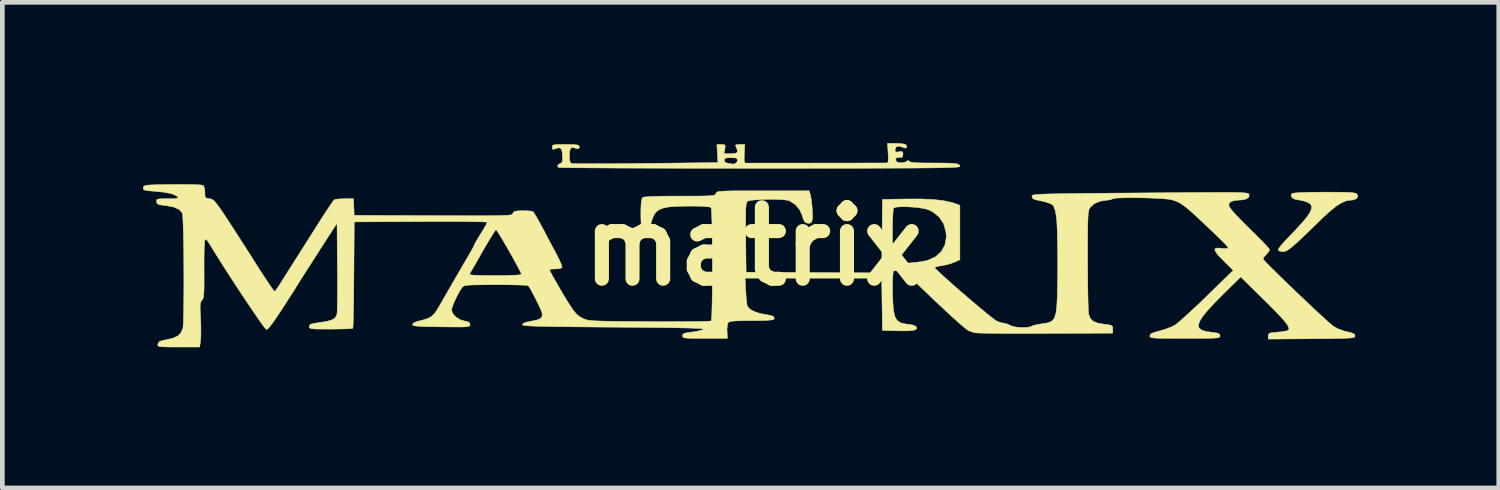
<source format=kicad_pcb>
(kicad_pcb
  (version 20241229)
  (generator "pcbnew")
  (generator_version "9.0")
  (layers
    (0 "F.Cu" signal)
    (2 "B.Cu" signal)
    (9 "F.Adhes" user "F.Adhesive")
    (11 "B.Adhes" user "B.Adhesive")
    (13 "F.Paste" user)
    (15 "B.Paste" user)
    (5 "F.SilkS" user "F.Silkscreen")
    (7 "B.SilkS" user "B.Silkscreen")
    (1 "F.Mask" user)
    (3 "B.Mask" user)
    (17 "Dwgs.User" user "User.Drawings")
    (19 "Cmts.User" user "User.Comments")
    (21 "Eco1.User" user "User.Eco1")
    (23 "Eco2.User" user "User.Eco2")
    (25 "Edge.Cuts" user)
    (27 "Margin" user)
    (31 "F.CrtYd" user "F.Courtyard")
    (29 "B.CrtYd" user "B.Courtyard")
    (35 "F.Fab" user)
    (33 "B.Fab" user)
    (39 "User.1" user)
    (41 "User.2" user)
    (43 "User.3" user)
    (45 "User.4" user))
  (footprint "matrix"
    (layer "F.Cu")
    (at 13.011 2.203)
    (property "Reference" "matrix" (at 0 0 0) (layer "F.SilkS") (effects (font (size 1.524 1.524) (thickness 0.3))))
    (attr through_hole)
    (fp_poly (pts (xy 12.396 -1.156) (xy 12.56 -1.155) (xy 12.682 -1.151) (xy 12.767 -1.145) (xy 12.822 -1.137) (xy 12.855 -1.126) (xy 12.869 -1.115) (xy 12.887 -1.063) (xy 12.857 -1.018) (xy 12.79 -0.991) (xy 12.746 -0.987) (xy 12.653 -0.975) (xy 12.553 -0.937) (xy 12.44 -0.868) (xy 12.309 -0.765) (xy 12.152 -0.624) (xy 12.045 -0.52) (xy 11.862 -0.341) (xy 11.713 -0.198) (xy 11.595 -0.088) (xy 11.503 -0.006) (xy 11.431 0.051) (xy 11.376 0.087) (xy 11.332 0.106) (xy 11.295 0.113) (xy 11.29 0.113) (xy 11.225 0.103) (xy 11.188 0.082) (xy 11.199 0.05) (xy 11.244 -0.013) (xy 11.317 -0.097) (xy 11.394 -0.179) (xy 11.562 -0.354) (xy 11.692 -0.496) (xy 11.788 -0.609) (xy 11.852 -0.7) (xy 11.889 -0.772) (xy 11.902 -0.83) (xy 11.895 -0.876) (xy 11.854 -0.921) (xy 11.768 -0.96) (xy 11.65 -0.987) (xy 11.588 -0.995) (xy 11.518 -1.015) (xy 11.473 -1.055) (xy 11.463 -1.099) (xy 11.486 -1.129) (xy 11.526 -1.137) (xy 11.615 -1.144) (xy 11.743 -1.15) (xy 11.904 -1.154) (xy 12.089 -1.156) (xy 12.181 -1.157) (xy 12.396 -1.156)) (stroke (width 0.01) (type solid)) (fill yes) (layer "F.SilkS"))
    (fp_poly (pts (xy 3.055 -2.195) (xy 3.175 -2.188) (xy 3.244 -2.172) (xy 3.266 -2.153) (xy 3.269 -2.106) (xy 3.233 -2.095) (xy 3.177 -2.116) (xy 3.099 -2.139) (xy 3.043 -2.12) (xy 3.02 -2.063) (xy 3.02 -2.059) (xy 3.027 -2.019) (xy 3.061 -2.01) (xy 3.104 -2.018) (xy 3.163 -2.026) (xy 3.186 -2.006) (xy 3.189 -1.963) (xy 3.181 -1.91) (xy 3.145 -1.895) (xy 3.111 -1.897) (xy 3.054 -1.894) (xy 3.035 -1.863) (xy 3.034 -1.849) (xy 3.048 -1.807) (xy 3.101 -1.787) (xy 3.127 -1.783) (xy 3.206 -1.788) (xy 3.265 -1.811) (xy 3.266 -1.811) (xy 3.305 -1.834) (xy 3.323 -1.813) (xy 3.343 -1.8) (xy 3.396 -1.79) (xy 3.488 -1.783) (xy 3.625 -1.779) (xy 3.812 -1.778) (xy 3.824 -1.778) (xy 4.02 -1.777) (xy 4.167 -1.775) (xy 4.271 -1.769) (xy 4.34 -1.76) (xy 4.38 -1.746) (xy 4.399 -1.726) (xy 4.403 -1.704) (xy 4.396 -1.699) (xy 4.375 -1.694) (xy 4.337 -1.69) (xy 4.28 -1.686) (xy 4.2 -1.682) (xy 4.096 -1.679) (xy 3.965 -1.676) (xy 3.805 -1.674) (xy 3.612 -1.672) (xy 3.385 -1.67) (xy 3.121 -1.669) (xy 2.818 -1.668) (xy 2.473 -1.667) (xy 2.083 -1.666) (xy 1.647 -1.666) (xy 1.161 -1.665) (xy 0.623 -1.665) (xy 0.132 -1.665) (xy -0.355 -1.665) (xy -0.826 -1.666) (xy -1.279 -1.666) (xy -1.71 -1.667) (xy -2.116 -1.668) (xy -2.495 -1.669) (xy -2.843 -1.67) (xy -3.157 -1.672) (xy -3.434 -1.674) (xy -3.671 -1.675) (xy -3.864 -1.677) (xy -4.012 -1.679) (xy -4.11 -1.681) (xy -4.155 -1.683) (xy -4.158 -1.684) (xy -4.175 -1.725) (xy -4.137 -1.758) (xy -4.119 -1.764) (xy -4.086 -1.782) (xy -4.07 -1.817) (xy -4.067 -1.885) (xy -4.07 -1.943) (xy -4.081 -2.043) (xy -4.108 -2.094) (xy -4.159 -2.102) (xy -4.24 -2.075) (xy -4.279 -2.071) (xy -4.29 -2.112) (xy -4.29 -2.114) (xy -4.286 -2.141) (xy -4.27 -2.158) (xy -4.229 -2.168) (xy -4.154 -2.172) (xy -4.034 -2.173) (xy -4.012 -2.173) (xy -3.873 -2.172) (xy -3.782 -2.167) (xy -3.731 -2.156) (xy -3.71 -2.137) (xy -3.713 -2.108) (xy -3.716 -2.1) (xy -3.741 -2.076) (xy -3.787 -2.091) (xy -3.854 -2.113) (xy -3.897 -2.09) (xy -3.919 -2.019) (xy -3.923 -1.937) (xy -3.917 -1.836) (xy -3.899 -1.782) (xy -3.881 -1.768) (xy -3.845 -1.765) (xy -3.759 -1.763) (xy -3.626 -1.762) (xy -3.453 -1.762) (xy -3.245 -1.762) (xy -3.007 -1.763) (xy -2.744 -1.765) (xy -2.462 -1.768) (xy -2.297 -1.769) (xy -0.756 -1.787) (xy -0.759 -1.836) (xy -0.621 -1.836) (xy -0.604 -1.794) (xy -0.546 -1.773) (xy -0.529 -1.77) (xy -0.465 -1.761) (xy -0.433 -1.755) (xy -0.433 -1.754) (xy -0.407 -1.759) (xy -0.383 -1.767) (xy -0.346 -1.806) (xy -0.339 -1.837) (xy -0.347 -1.87) (xy -0.381 -1.886) (xy -0.455 -1.891) (xy -0.48 -1.891) (xy -0.565 -1.888) (xy -0.607 -1.875) (xy -0.62 -1.847) (xy -0.621 -1.836) (xy -0.759 -1.836) (xy -0.767 -1.98) (xy -0.778 -2.173) (xy -0.684 -2.173) (xy -0.622 -2.17) (xy -0.6 -2.148) (xy -0.605 -2.092) (xy -0.609 -2.074) (xy -0.627 -1.976) (xy -0.483 -1.976) (xy -0.387 -1.983) (xy -0.342 -2.008) (xy -0.341 -2.059) (xy -0.368 -2.119) (xy -0.381 -2.154) (xy -0.362 -2.169) (xy -0.299 -2.173) (xy -0.289 -2.173) (xy -0.182 -2.173) (xy -0.193 -1.976) (xy -0.196 -1.867) (xy -0.191 -1.805) (xy -0.175 -1.779) (xy -0.165 -1.776) (xy -0.131 -1.776) (xy -0.045 -1.776) (xy 0.087 -1.776) (xy 0.259 -1.776) (xy 0.465 -1.776) (xy 0.701 -1.776) (xy 0.961 -1.776) (xy 1.239 -1.776) (xy 1.341 -1.777) (xy 1.624 -1.777) (xy 1.891 -1.777) (xy 2.136 -1.777) (xy 2.353 -1.778) (xy 2.538 -1.778) (xy 2.684 -1.778) (xy 2.787 -1.778) (xy 2.841 -1.778) (xy 2.847 -1.778) (xy 2.867 -1.79) (xy 2.876 -1.831) (xy 2.877 -1.912) (xy 2.873 -1.988) (xy 2.859 -2.198) (xy 3.055 -2.195)) (stroke (width 0.01) (type solid)) (fill yes) (layer "F.SilkS"))
    (fp_poly (pts (xy -11.967 -1.319) (xy -11.833 -1.314) (xy -11.752 -1.306) (xy -11.726 -1.298) (xy -11.705 -1.253) (xy -11.693 -1.177) (xy -11.693 -1.15) (xy -11.691 -1.074) (xy -11.674 -1.037) (xy -11.627 -1.021) (xy -11.592 -1.016) (xy -11.569 -1.012) (xy -11.546 -1.006) (xy -11.523 -0.992) (xy -11.495 -0.969) (xy -11.461 -0.932) (xy -11.419 -0.877) (xy -11.365 -0.802) (xy -11.296 -0.702) (xy -11.212 -0.574) (xy -11.108 -0.415) (xy -10.983 -0.22) (xy -10.833 0.013) (xy -10.657 0.289) (xy -10.568 0.43) (xy -10.469 0.583) (xy -10.38 0.719) (xy -10.305 0.83) (xy -10.249 0.911) (xy -10.216 0.954) (xy -10.209 0.959) (xy -10.185 0.937) (xy -10.142 0.879) (xy -10.087 0.796) (xy -10.082 0.789) (xy -10.013 0.677) (xy -9.93 0.546) (xy -9.851 0.422) (xy -9.847 0.415) (xy -9.794 0.332) (xy -9.717 0.212) (xy -9.623 0.063) (xy -9.517 -0.105) (xy -9.405 -0.281) (xy -9.342 -0.381) (xy -9.238 -0.545) (xy -9.142 -0.694) (xy -9.059 -0.819) (xy -8.994 -0.916) (xy -8.951 -0.977) (xy -8.936 -0.994) (xy -8.893 -1.005) (xy -8.812 -1.013) (xy -8.715 -1.016) (xy -8.526 -1.016) (xy -8.509 -0.663) (xy -6.823 -0.656) (xy -6.466 -0.655) (xy -6.162 -0.654) (xy -5.907 -0.654) (xy -5.696 -0.654) (xy -5.526 -0.656) (xy -5.392 -0.658) (xy -5.291 -0.662) (xy -5.219 -0.666) (xy -5.172 -0.672) (xy -5.146 -0.679) (xy -5.137 -0.687) (xy -5.136 -0.688) (xy -5.114 -0.731) (xy -5.092 -0.745) (xy -5.034 -0.756) (xy -4.946 -0.761) (xy -4.849 -0.76) (xy -4.761 -0.755) (xy -4.704 -0.744) (xy -4.697 -0.74) (xy -4.673 -0.709) (xy -4.63 -0.637) (xy -4.572 -0.535) (xy -4.505 -0.412) (xy -4.488 -0.381) (xy -4.408 -0.229) (xy -4.323 -0.068) (xy -4.244 0.08) (xy -4.185 0.191) (xy -4.133 0.295) (xy -4.096 0.382) (xy -4.078 0.438) (xy -4.078 0.452) (xy -4.115 0.469) (xy -4.186 0.479) (xy -4.221 0.48) (xy -4.296 0.483) (xy -4.341 0.492) (xy -4.346 0.498) (xy -4.332 0.531) (xy -4.295 0.603) (xy -4.239 0.703) (xy -4.171 0.822) (xy -4.096 0.951) (xy -4.02 1.08) (xy -3.947 1.198) (xy -3.916 1.247) (xy -3.838 1.363) (xy -3.773 1.441) (xy -3.706 1.496) (xy -3.646 1.529) (xy -3.614 1.545) (xy -3.582 1.557) (xy -3.545 1.568) (xy -3.498 1.576) (xy -3.434 1.583) (xy -3.35 1.588) (xy -3.239 1.592) (xy -3.097 1.595) (xy -2.917 1.598) (xy -2.695 1.6) (xy -2.426 1.602) (xy -2.219 1.603) (xy -1.953 1.605) (xy -1.705 1.605) (xy -1.48 1.604) (xy -1.284 1.603) (xy -1.122 1.6) (xy -1 1.597) (xy -0.924 1.593) (xy -0.9 1.588) (xy -0.893 1.554) (xy -0.887 1.471) (xy -0.883 1.345) (xy -0.879 1.185) (xy -0.876 0.997) (xy -0.874 0.789) (xy -0.873 0.568) (xy -0.873 0.34) (xy -0.874 0.114) (xy -0.876 -0.104) (xy -0.879 -0.306) (xy -0.882 -0.485) (xy -0.887 -0.634) (xy -0.892 -0.746) (xy -0.899 -0.813) (xy -0.903 -0.83) (xy -0.946 -0.843) (xy -1.043 -0.852) (xy -1.193 -0.858) (xy -1.391 -0.859) (xy -1.614 -0.855) (xy -1.787 -0.843) (xy -1.918 -0.819) (xy -2.015 -0.78) (xy -2.085 -0.722) (xy -2.134 -0.642) (xy -2.171 -0.536) (xy -2.187 -0.471) (xy -2.21 -0.383) (xy -2.236 -0.337) (xy -2.275 -0.319) (xy -2.291 -0.316) (xy -2.333 -0.317) (xy -2.362 -0.337) (xy -2.381 -0.384) (xy -2.392 -0.465) (xy -2.397 -0.589) (xy -2.399 -0.721) (xy -2.395 -0.875) (xy -2.385 -0.982) (xy -2.367 -1.036) (xy -2.365 -1.039) (xy -2.336 -1.05) (xy -2.271 -1.058) (xy -2.166 -1.065) (xy -2.017 -1.069) (xy -1.819 -1.072) (xy -1.572 -1.072) (xy -1.346 -1.073) (xy -1.169 -1.073) (xy -1.036 -1.075) (xy -0.941 -1.079) (xy -0.876 -1.084) (xy -0.835 -1.092) (xy -0.813 -1.103) (xy -0.802 -1.117) (xy -0.798 -1.129) (xy -0.793 -1.144) (xy -0.781 -1.156) (xy -0.758 -1.165) (xy -0.717 -1.173) (xy -0.653 -1.178) (xy -0.56 -1.181) (xy -0.434 -1.184) (xy -0.268 -1.185) (xy -0.056 -1.185) (xy 0.202 -1.185) (xy 1.187 -1.185) (xy 1.211 -1.122) (xy 1.224 -1.066) (xy 1.238 -0.97) (xy 1.251 -0.853) (xy 1.255 -0.803) (xy 1.262 -0.659) (xy 1.256 -0.563) (xy 1.233 -0.509) (xy 1.192 -0.491) (xy 1.137 -0.498) (xy 1.092 -0.527) (xy 1.059 -0.595) (xy 1.044 -0.651) (xy 0.987 -0.783) (xy 0.893 -0.894) (xy 0.776 -0.968) (xy 0.74 -0.98) (xy 0.666 -0.993) (xy 0.556 -1) (xy 0.424 -1.004) (xy 0.283 -1.003) (xy 0.145 -0.998) (xy 0.023 -0.99) (xy -0.07 -0.979) (xy -0.121 -0.964) (xy -0.123 -0.963) (xy -0.137 -0.946) (xy -0.148 -0.918) (xy -0.156 -0.872) (xy -0.162 -0.802) (xy -0.164 -0.701) (xy -0.165 -0.563) (xy -0.164 -0.38) (xy -0.163 -0.187) (xy -0.155 0.55) (xy 2.737 0.565) (xy 2.743 -0.115) (xy 2.964 -0.115) (xy 2.966 0.036) (xy 2.969 0.169) (xy 2.973 0.272) (xy 2.98 0.336) (xy 2.985 0.351) (xy 3.024 0.362) (xy 3.106 0.365) (xy 3.218 0.361) (xy 3.346 0.352) (xy 3.477 0.339) (xy 3.599 0.322) (xy 3.697 0.302) (xy 3.724 0.295) (xy 3.887 0.22) (xy 4.008 0.108) (xy 4.085 -0.034) (xy 4.113 -0.201) (xy 4.106 -0.308) (xy 4.055 -0.486) (xy 3.959 -0.63) (xy 3.818 -0.74) (xy 3.739 -0.779) (xy 3.659 -0.803) (xy 3.548 -0.822) (xy 3.42 -0.836) (xy 3.289 -0.844) (xy 3.167 -0.845) (xy 3.067 -0.84) (xy 3.004 -0.826) (xy 2.989 -0.815) (xy 2.981 -0.776) (xy 2.975 -0.691) (xy 2.97 -0.572) (xy 2.966 -0.43) (xy 2.965 -0.274) (xy 2.964 -0.115) (xy 2.743 -0.115) (xy 2.744 -0.218) (xy 2.752 -1.002) (xy 3.276 -1.011) (xy 3.584 -1.011) (xy 3.842 -0.999) (xy 4.057 -0.974) (xy 4.234 -0.936) (xy 4.325 -0.906) (xy 4.403 -0.876) (xy 4.403 0.285) (xy 4.283 0.338) (xy 4.179 0.375) (xy 4.059 0.404) (xy 4.015 0.411) (xy 3.932 0.425) (xy 3.878 0.442) (xy 3.866 0.451) (xy 3.887 0.478) (xy 3.945 0.535) (xy 4.033 0.618) (xy 4.146 0.719) (xy 4.276 0.835) (xy 4.418 0.959) (xy 4.565 1.085) (xy 4.71 1.209) (xy 4.848 1.325) (xy 4.971 1.427) (xy 5.074 1.509) (xy 5.15 1.567) (xy 5.189 1.593) (xy 5.269 1.624) (xy 5.34 1.637) (xy 5.34 1.637) (xy 5.414 1.653) (xy 5.471 1.683) (xy 5.536 1.708) (xy 5.632 1.724) (xy 5.74 1.73) (xy 5.841 1.726) (xy 5.915 1.711) (xy 5.932 1.701) (xy 5.979 1.682) (xy 6.061 1.664) (xy 6.146 1.651) (xy 6.276 1.63) (xy 6.363 1.595) (xy 6.416 1.533) (xy 6.448 1.436) (xy 6.464 1.325) (xy 6.472 1.221) (xy 6.479 1.072) (xy 6.484 0.888) (xy 6.487 0.68) (xy 6.488 0.456) (xy 6.488 0.229) (xy 6.486 0.007) (xy 6.482 -0.199) (xy 6.477 -0.379) (xy 6.47 -0.523) (xy 6.462 -0.62) (xy 6.436 -0.761) (xy 6.403 -0.855) (xy 6.384 -0.882) (xy 6.329 -0.914) (xy 6.238 -0.945) (xy 6.137 -0.969) (xy 6.032 -0.991) (xy 5.972 -1.012) (xy 5.945 -1.037) (xy 5.941 -1.06) (xy 5.94 -1.07) (xy 5.941 -1.079) (xy 5.946 -1.086) (xy 5.959 -1.093) (xy 5.983 -1.099) (xy 6.02 -1.104) (xy 6.075 -1.109) (xy 6.151 -1.113) (xy 6.25 -1.117) (xy 6.376 -1.12) (xy 6.532 -1.123) (xy 6.722 -1.125) (xy 6.948 -1.128) (xy 7.214 -1.131) (xy 7.523 -1.134) (xy 7.879 -1.137) (xy 8.284 -1.14) (xy 8.741 -1.143) (xy 8.823 -1.144) (xy 9.179 -1.147) (xy 9.482 -1.149) (xy 9.738 -1.15) (xy 9.949 -1.151) (xy 10.121 -1.151) (xy 10.257 -1.149) (xy 10.362 -1.147) (xy 10.44 -1.143) (xy 10.495 -1.139) (xy 10.531 -1.133) (xy 10.552 -1.125) (xy 10.564 -1.116) (xy 10.568 -1.109) (xy 10.565 -1.053) (xy 10.513 -1.013) (xy 10.419 -0.991) (xy 10.358 -0.988) (xy 10.266 -0.979) (xy 10.192 -0.959) (xy 10.174 -0.949) (xy 10.139 -0.914) (xy 10.139 -0.872) (xy 10.156 -0.83) (xy 10.187 -0.787) (xy 10.252 -0.712) (xy 10.344 -0.613) (xy 10.457 -0.497) (xy 10.583 -0.372) (xy 10.599 -0.356) (xy 10.723 -0.235) (xy 10.832 -0.125) (xy 10.92 -0.034) (xy 10.98 0.033) (xy 11.006 0.068) (xy 11.007 0.071) (xy 10.988 0.11) (xy 10.942 0.164) (xy 10.936 0.169) (xy 10.888 0.223) (xy 10.866 0.265) (xy 10.866 0.267) (xy 10.885 0.293) (xy 10.941 0.353) (xy 11.026 0.44) (xy 11.137 0.549) (xy 11.266 0.676) (xy 11.409 0.814) (xy 11.56 0.959) (xy 11.713 1.104) (xy 11.862 1.246) (xy 12.003 1.378) (xy 12.13 1.495) (xy 12.236 1.592) (xy 12.317 1.663) (xy 12.364 1.702) (xy 12.468 1.759) (xy 12.6 1.806) (xy 12.649 1.817) (xy 12.749 1.841) (xy 12.804 1.864) (xy 12.825 1.893) (xy 12.827 1.907) (xy 12.825 1.922) (xy 12.815 1.934) (xy 12.791 1.943) (xy 12.748 1.951) (xy 12.679 1.956) (xy 12.58 1.96) (xy 12.445 1.963) (xy 12.267 1.966) (xy 12.042 1.968) (xy 11.903 1.969) (xy 10.978 1.976) (xy 10.978 1.909) (xy 10.982 1.874) (xy 11.003 1.852) (xy 11.051 1.84) (xy 11.139 1.831) (xy 11.178 1.828) (xy 11.281 1.817) (xy 11.363 1.802) (xy 11.406 1.786) (xy 11.406 1.785) (xy 11.419 1.758) (xy 11.41 1.718) (xy 11.377 1.661) (xy 11.317 1.583) (xy 11.225 1.481) (xy 11.099 1.35) (xy 10.936 1.187) (xy 10.87 1.122) (xy 10.39 0.65) (xy 10.025 1.009) (xy 9.834 1.202) (xy 9.686 1.362) (xy 9.579 1.492) (xy 9.514 1.597) (xy 9.488 1.678) (xy 9.502 1.739) (xy 9.554 1.782) (xy 9.644 1.812) (xy 9.769 1.831) (xy 9.779 1.832) (xy 9.874 1.844) (xy 9.926 1.86) (xy 9.946 1.884) (xy 9.948 1.905) (xy 9.947 1.922) (xy 9.937 1.935) (xy 9.913 1.945) (xy 9.869 1.952) (xy 9.798 1.957) (xy 9.694 1.959) (xy 9.55 1.961) (xy 9.361 1.961) (xy 9.2 1.961) (xy 8.976 1.961) (xy 8.801 1.96) (xy 8.671 1.959) (xy 8.577 1.955) (xy 8.515 1.95) (xy 8.478 1.942) (xy 8.46 1.931) (xy 8.453 1.917) (xy 8.453 1.907) (xy 8.463 1.876) (xy 8.501 1.85) (xy 8.576 1.824) (xy 8.657 1.802) (xy 8.779 1.767) (xy 8.897 1.722) (xy 8.982 1.681) (xy 9.034 1.643) (xy 9.119 1.571) (xy 9.231 1.471) (xy 9.363 1.349) (xy 9.51 1.212) (xy 9.663 1.064) (xy 9.666 1.061) (xy 10.231 0.511) (xy 10.025 0.307) (xy 9.917 0.196) (xy 9.855 0.116) (xy 9.836 0.064) (xy 9.86 0.038) (xy 9.927 0.035) (xy 9.974 0.041) (xy 10.053 0.047) (xy 10.105 0.041) (xy 10.114 0.035) (xy 10.116 0.025) (xy 10.111 0.01) (xy 10.093 -0.014) (xy 10.059 -0.052) (xy 10.003 -0.108) (xy 9.923 -0.187) (xy 9.813 -0.292) (xy 9.67 -0.427) (xy 9.53 -0.56) (xy 9.382 -0.698) (xy 9.265 -0.801) (xy 9.17 -0.875) (xy 9.088 -0.928) (xy 9.01 -0.965) (xy 8.928 -0.991) (xy 8.904 -0.997) (xy 8.834 -1.008) (xy 8.725 -1.018) (xy 8.588 -1.026) (xy 8.431 -1.032) (xy 8.266 -1.036) (xy 8.103 -1.038) (xy 7.952 -1.037) (xy 7.823 -1.034) (xy 7.727 -1.029) (xy 7.673 -1.021) (xy 7.666 -1.017) (xy 7.62 -0.997) (xy 7.546 -0.986) (xy 7.537 -0.986) (xy 7.389 -0.963) (xy 7.264 -0.908) (xy 7.184 -0.836) (xy 7.169 -0.814) (xy 7.157 -0.788) (xy 7.147 -0.753) (xy 7.14 -0.703) (xy 7.135 -0.633) (xy 7.131 -0.535) (xy 7.128 -0.406) (xy 7.127 -0.238) (xy 7.126 -0.026) (xy 7.126 0.235) (xy 7.126 0.291) (xy 7.127 0.534) (xy 7.128 0.762) (xy 7.131 0.97) (xy 7.135 1.149) (xy 7.139 1.293) (xy 7.143 1.394) (xy 7.149 1.446) (xy 7.149 1.447) (xy 7.182 1.535) (xy 7.244 1.596) (xy 7.345 1.636) (xy 7.483 1.659) (xy 7.58 1.671) (xy 7.634 1.685) (xy 7.657 1.708) (xy 7.662 1.748) (xy 7.662 1.764) (xy 7.662 1.849) (xy 6.209 1.856) (xy 5.872 1.857) (xy 5.571 1.857) (xy 5.31 1.856) (xy 5.09 1.854) (xy 4.917 1.85) (xy 4.791 1.846) (xy 4.717 1.84) (xy 4.699 1.836) (xy 4.631 1.81) (xy 4.596 1.801) (xy 4.558 1.778) (xy 4.482 1.717) (xy 4.372 1.621) (xy 4.228 1.492) (xy 4.055 1.331) (xy 3.853 1.142) (xy 3.627 0.925) (xy 3.54 0.843) (xy 3.411 0.721) (xy 3.31 0.635) (xy 3.23 0.579) (xy 3.164 0.546) (xy 3.138 0.538) (xy 3.059 0.521) (xy 3.002 0.519) (xy 2.991 0.523) (xy 2.98 0.556) (xy 2.972 0.635) (xy 2.968 0.746) (xy 2.966 0.879) (xy 2.968 1.022) (xy 2.973 1.163) (xy 2.981 1.29) (xy 2.988 1.363) (xy 3.016 1.495) (xy 3.067 1.582) (xy 3.149 1.634) (xy 3.273 1.658) (xy 3.286 1.659) (xy 3.398 1.676) (xy 3.466 1.705) (xy 3.485 1.741) (xy 3.461 1.775) (xy 3.409 1.791) (xy 3.304 1.8) (xy 3.143 1.801) (xy 3.086 1.8) (xy 2.752 1.792) (xy 2.744 1.235) (xy 2.736 0.677) (xy -0.177 0.677) (xy -0.162 0.953) (xy -0.154 1.077) (xy -0.143 1.183) (xy -0.133 1.257) (xy -0.127 1.278) (xy -0.077 1.335) (xy 0.016 1.387) (xy 0.139 1.429) (xy 0.261 1.452) (xy 0.377 1.473) (xy 0.438 1.502) (xy 0.444 1.539) (xy 0.43 1.557) (xy 0.393 1.567) (xy 0.307 1.575) (xy 0.183 1.581) (xy 0.029 1.583) (xy -0.05 1.584) (xy -0.23 1.584) (xy -0.36 1.588) (xy -0.45 1.594) (xy -0.505 1.605) (xy -0.533 1.62) (xy -0.536 1.622) (xy -0.554 1.673) (xy -0.562 1.759) (xy -0.561 1.812) (xy -0.553 1.961) (xy -1.031 1.961) (xy -1.206 1.961) (xy -1.332 1.96) (xy -1.417 1.956) (xy -1.47 1.949) (xy -1.498 1.938) (xy -1.508 1.923) (xy -1.51 1.905) (xy -1.503 1.874) (xy -1.473 1.854) (xy -1.41 1.839) (xy -1.317 1.827) (xy -1.21 1.811) (xy -1.117 1.79) (xy -1.063 1.771) (xy -1.06 1.764) (xy -1.08 1.758) (xy -1.125 1.752) (xy -1.199 1.747) (xy -1.305 1.743) (xy -1.447 1.739) (xy -1.627 1.735) (xy -1.85 1.732) (xy -2.118 1.729) (xy -2.434 1.726) (xy -2.802 1.723) (xy -2.963 1.722) (xy -3.349 1.719) (xy -3.682 1.716) (xy -3.965 1.713) (xy -4.204 1.71) (xy -4.401 1.707) (xy -4.56 1.703) (xy -4.684 1.699) (xy -4.778 1.695) (xy -4.846 1.689) (xy -4.89 1.683) (xy -4.915 1.676) (xy -4.924 1.669) (xy -4.925 1.667) (xy -4.903 1.639) (xy -4.833 1.614) (xy -4.732 1.594) (xy -4.609 1.568) (xy -4.535 1.535) (xy -4.503 1.488) (xy -4.504 1.422) (xy -4.507 1.411) (xy -4.526 1.36) (xy -4.565 1.274) (xy -4.616 1.169) (xy -4.673 1.058) (xy -4.727 0.956) (xy -4.771 0.877) (xy -4.798 0.838) (xy -4.831 0.831) (xy -4.912 0.826) (xy -5.034 0.822) (xy -5.188 0.819) (xy -5.366 0.817) (xy -5.493 0.817) (xy -5.705 0.818) (xy -5.867 0.82) (xy -5.988 0.822) (xy -6.074 0.827) (xy -6.131 0.834) (xy -6.169 0.844) (xy -6.192 0.858) (xy -6.21 0.876) (xy -6.215 0.883) (xy -6.262 0.955) (xy -6.315 1.053) (xy -6.366 1.16) (xy -6.407 1.259) (xy -6.431 1.334) (xy -6.435 1.356) (xy -6.409 1.431) (xy -6.343 1.504) (xy -6.251 1.562) (xy -6.159 1.59) (xy -6.081 1.609) (xy -6.046 1.636) (xy -6.04 1.666) (xy -6.041 1.685) (xy -6.052 1.698) (xy -6.078 1.708) (xy -6.126 1.714) (xy -6.204 1.718) (xy -6.318 1.718) (xy -6.475 1.717) (xy -6.653 1.715) (xy -6.858 1.712) (xy -7.013 1.708) (xy -7.125 1.703) (xy -7.2 1.697) (xy -7.244 1.688) (xy -7.264 1.676) (xy -7.267 1.666) (xy -7.242 1.632) (xy -7.178 1.603) (xy -7.168 1.601) (xy -7.033 1.566) (xy -6.936 1.534) (xy -6.863 1.495) (xy -6.804 1.439) (xy -6.745 1.355) (xy -6.674 1.236) (xy -6.65 1.195) (xy -6.532 0.988) (xy -6.415 0.785) (xy -6.304 0.594) (xy -6.299 0.586) (xy -6.049 0.586) (xy -6.045 0.598) (xy -6.014 0.607) (xy -5.948 0.614) (xy -5.842 0.618) (xy -5.691 0.62) (xy -5.503 0.621) (xy -5.284 0.62) (xy -5.121 0.616) (xy -5.011 0.609) (xy -4.954 0.599) (xy -4.944 0.591) (xy -4.966 0.541) (xy -5.01 0.456) (xy -5.069 0.347) (xy -5.138 0.221) (xy -5.213 0.089) (xy -5.288 -0.041) (xy -5.358 -0.16) (xy -5.418 -0.258) (xy -5.462 -0.327) (xy -5.485 -0.357) (xy -5.487 -0.357) (xy -5.508 -0.331) (xy -5.553 -0.264) (xy -5.615 -0.164) (xy -5.69 -0.037) (xy -5.77 0.1) (xy -5.853 0.246) (xy -5.927 0.376) (xy -5.988 0.481) (xy -6.031 0.554) (xy -6.049 0.586) (xy -6.299 0.586) (xy -6.206 0.424) (xy -6.123 0.282) (xy -6.062 0.178) (xy -6.044 0.147) (xy -5.997 0.065) (xy -5.964 0.003) (xy -5.954 -0.022) (xy -5.94 -0.054) (xy -5.902 -0.121) (xy -5.847 -0.212) (xy -5.813 -0.268) (xy -5.752 -0.368) (xy -5.704 -0.45) (xy -5.677 -0.503) (xy -5.673 -0.515) (xy -5.7 -0.519) (xy -5.778 -0.523) (xy -5.903 -0.526) (xy -6.067 -0.528) (xy -6.267 -0.53) (xy -6.497 -0.53) (xy -6.751 -0.531) (xy -7.024 -0.53) (xy -7.091 -0.529) (xy -8.509 -0.522) (xy -8.517 0.605) (xy -8.519 0.852) (xy -8.521 1.08) (xy -8.524 1.285) (xy -8.527 1.46) (xy -8.531 1.599) (xy -8.534 1.695) (xy -8.538 1.743) (xy -8.539 1.747) (xy -8.571 1.752) (xy -8.65 1.757) (xy -8.765 1.76) (xy -8.907 1.762) (xy -9.011 1.763) (xy -9.181 1.763) (xy -9.303 1.762) (xy -9.385 1.758) (xy -9.434 1.751) (xy -9.459 1.739) (xy -9.468 1.722) (xy -9.469 1.708) (xy -9.462 1.679) (xy -9.434 1.658) (xy -9.374 1.642) (xy -9.272 1.626) (xy -9.243 1.622) (xy -9.093 1.598) (xy -8.991 1.57) (xy -8.926 1.533) (xy -8.89 1.481) (xy -8.876 1.432) (xy -8.872 1.382) (xy -8.869 1.283) (xy -8.867 1.143) (xy -8.866 0.969) (xy -8.866 0.768) (xy -8.867 0.549) (xy -8.868 0.423) (xy -8.876 -0.494) (xy -8.977 -0.339) (xy -9.04 -0.242) (xy -9.12 -0.119) (xy -9.211 0.023) (xy -9.309 0.176) (xy -9.408 0.331) (xy -9.504 0.48) (xy -9.591 0.617) (xy -9.664 0.731) (xy -9.718 0.817) (xy -9.748 0.865) (xy -9.751 0.87) (xy -9.775 0.909) (xy -9.824 0.987) (xy -9.893 1.094) (xy -9.976 1.224) (xy -10.058 1.35) (xy -10.173 1.524) (xy -10.262 1.65) (xy -10.327 1.731) (xy -10.369 1.769) (xy -10.382 1.772) (xy -10.406 1.747) (xy -10.457 1.681) (xy -10.53 1.579) (xy -10.621 1.447) (xy -10.726 1.292) (xy -10.842 1.12) (xy -10.964 0.936) (xy -11.088 0.747) (xy -11.21 0.558) (xy -11.327 0.376) (xy -11.433 0.206) (xy -11.527 0.056) (xy -11.595 -0.058) (xy -11.639 -0.121) (xy -11.676 -0.153) (xy -11.688 -0.153) (xy -11.696 -0.12) (xy -11.703 -0.036) (xy -11.708 0.093) (xy -11.711 0.262) (xy -11.711 0.464) (xy -11.711 0.481) (xy -11.71 0.686) (xy -11.71 0.841) (xy -11.713 0.955) (xy -11.718 1.035) (xy -11.726 1.089) (xy -11.737 1.123) (xy -11.753 1.145) (xy -11.755 1.148) (xy -11.776 1.175) (xy -11.789 1.213) (xy -11.794 1.274) (xy -11.793 1.367) (xy -11.786 1.504) (xy -11.785 1.526) (xy -11.779 1.673) (xy -11.777 1.816) (xy -11.78 1.935) (xy -11.785 2) (xy -11.804 2.145) (xy -12.254 2.145) (xy -12.422 2.145) (xy -12.542 2.143) (xy -12.622 2.14) (xy -12.668 2.133) (xy -12.691 2.121) (xy -12.697 2.104) (xy -12.695 2.083) (xy -12.681 2.046) (xy -12.644 2.021) (xy -12.57 2) (xy -12.513 1.989) (xy -12.366 1.954) (xy -12.264 1.905) (xy -12.2 1.836) (xy -12.163 1.747) (xy -12.156 1.694) (xy -12.151 1.593) (xy -12.147 1.453) (xy -12.144 1.279) (xy -12.142 1.079) (xy -12.141 0.862) (xy -12.141 0.633) (xy -12.142 0.401) (xy -12.143 0.173) (xy -12.146 -0.044) (xy -12.15 -0.243) (xy -12.155 -0.416) (xy -12.16 -0.556) (xy -12.166 -0.656) (xy -12.173 -0.707) (xy -12.174 -0.711) (xy -12.24 -0.786) (xy -12.357 -0.839) (xy -12.522 -0.87) (xy -12.527 -0.87) (xy -12.628 -0.883) (xy -12.686 -0.897) (xy -12.714 -0.92) (xy -12.723 -0.953) (xy -12.725 -0.983) (xy -12.712 -1.002) (xy -12.674 -1.012) (xy -12.601 -1.015) (xy -12.487 -1.016) (xy -12.37 -1.017) (xy -12.3 -1.022) (xy -12.27 -1.031) (xy -12.269 -1.048) (xy -12.276 -1.058) (xy -12.335 -1.099) (xy -12.439 -1.132) (xy -12.591 -1.158) (xy -12.765 -1.175) (xy -12.884 -1.185) (xy -12.957 -1.195) (xy -12.994 -1.209) (xy -13.006 -1.23) (xy -13.005 -1.253) (xy -13 -1.272) (xy -12.988 -1.287) (xy -12.961 -1.298) (xy -12.912 -1.306) (xy -12.834 -1.311) (xy -12.72 -1.315) (xy -12.564 -1.318) (xy -12.379 -1.32) (xy -12.15 -1.321) (xy -11.967 -1.319)) (stroke (width 0.01) (type solid)) (fill yes) (layer "F.SilkS")))
  (gr_rect
    (start -3 -3)
    (end 28.902 7.353)
    (stroke (width 0.1) (type default))
    (fill no)
    (layer "Edge.Cuts")))
</source>
